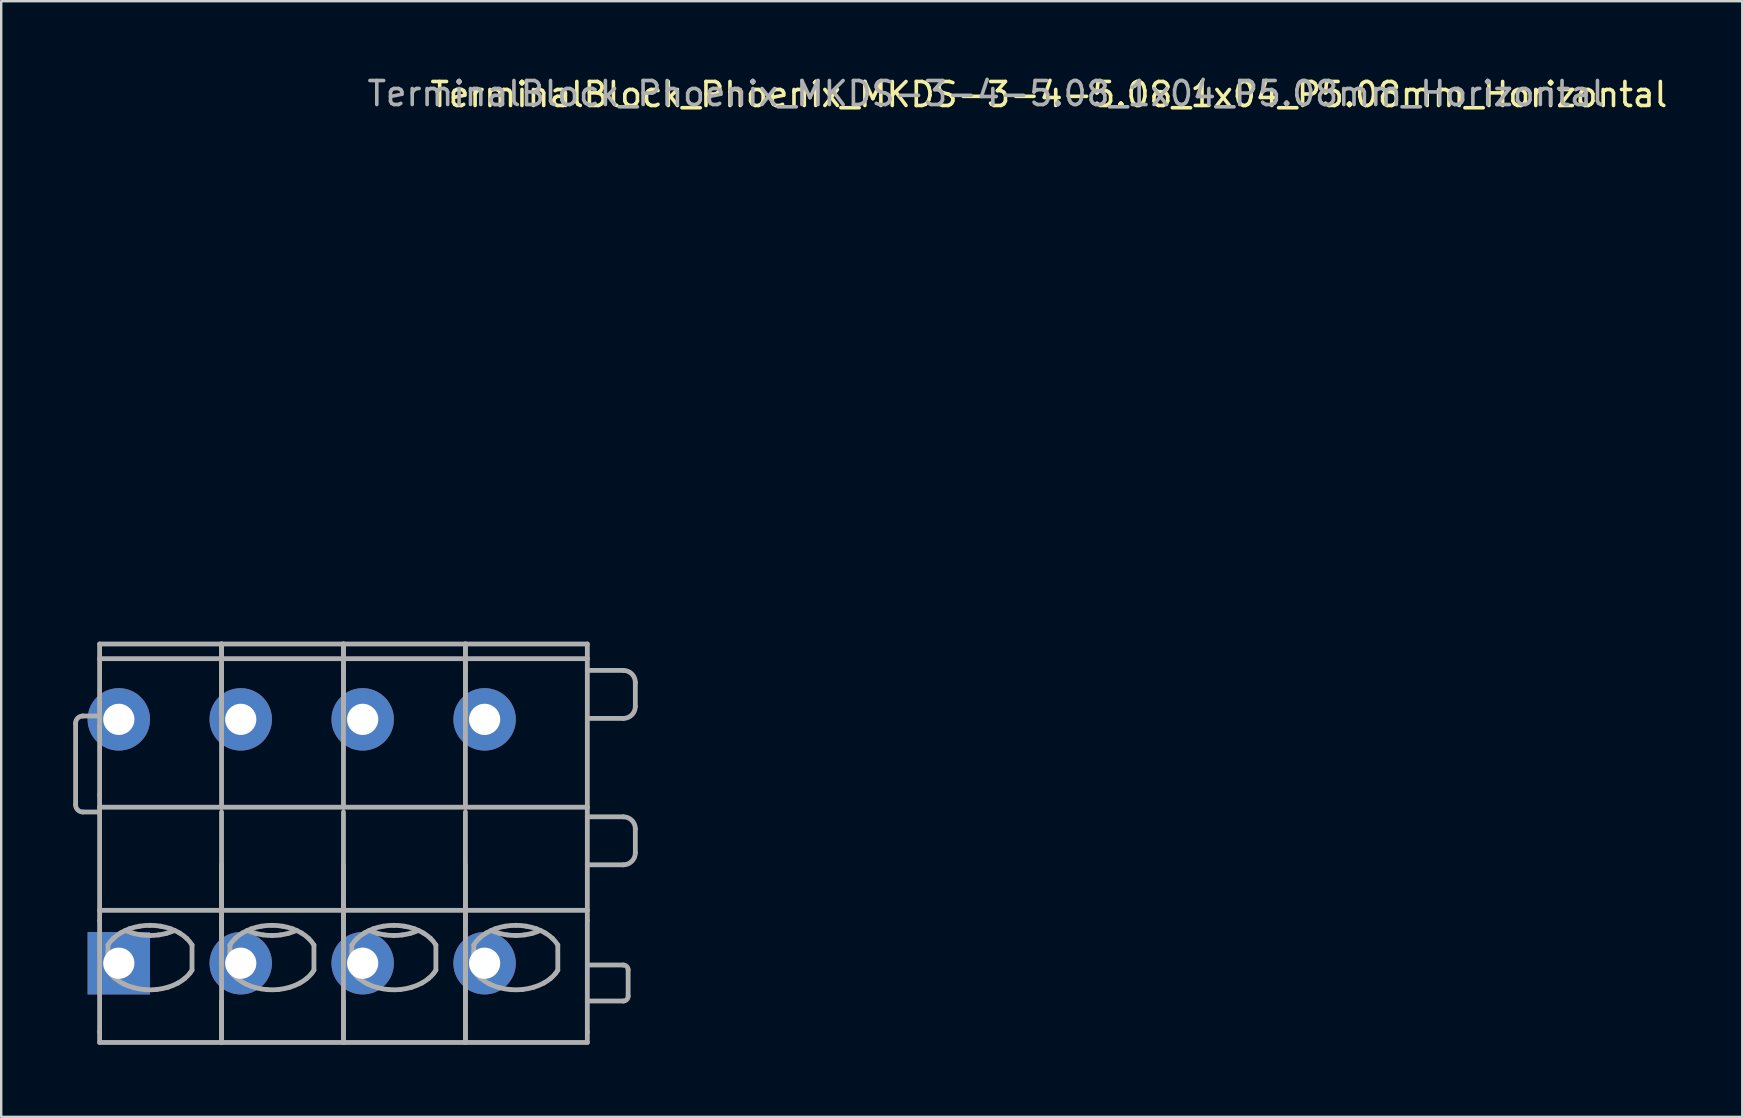
<source format=kicad_pcb>
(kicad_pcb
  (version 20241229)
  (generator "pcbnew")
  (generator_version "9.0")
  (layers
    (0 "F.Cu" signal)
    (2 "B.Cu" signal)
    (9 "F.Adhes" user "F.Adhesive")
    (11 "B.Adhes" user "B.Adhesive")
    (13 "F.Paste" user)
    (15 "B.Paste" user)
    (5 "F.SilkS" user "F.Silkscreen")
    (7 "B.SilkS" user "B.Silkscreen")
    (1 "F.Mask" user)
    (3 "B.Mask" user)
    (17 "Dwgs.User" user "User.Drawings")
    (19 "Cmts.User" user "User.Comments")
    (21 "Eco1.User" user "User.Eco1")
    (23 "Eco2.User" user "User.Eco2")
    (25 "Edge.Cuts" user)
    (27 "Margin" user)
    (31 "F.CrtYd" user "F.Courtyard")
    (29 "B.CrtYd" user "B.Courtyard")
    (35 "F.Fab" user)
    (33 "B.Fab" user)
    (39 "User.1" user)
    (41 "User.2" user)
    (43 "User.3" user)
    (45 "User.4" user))
  (footprint "TerminalBlock_Phoenix_MKDS-3-4-5.08_1x04_P5.08mm_Horizontal"
    (layer "F.Cu")
    (at 1.9 26.921)
    (property "Reference" "TerminalBlock_Phoenix_MKDS-3-4-5.08_1x04_P5.08mm_Horizontal" (at 38.749 -26.032 0) (layer "F.SilkS") (effects (font (size 1 1) (thickness 0.15))))
    (attr through_hole)
    (fp_line (start -1.8 0.16) (end -1.8 3.56) (stroke (width 0.2) (type solid)) (layer "F.Fab"))
    (fp_line (start -1.5 -0.14) (end -0.8 -0.14) (stroke (width 0.2) (type solid)) (layer "F.Fab"))
    (fp_line (start -1.5 3.86) (end -0.8 3.86) (stroke (width 0.2) (type solid)) (layer "F.Fab"))
    (fp_line (start -0.8 -3.14) (end 4.28 -3.14) (stroke (width 0.2) (type solid)) (layer "F.Fab"))
    (fp_line (start -0.8 -2.529) (end -0.8 -3.14) (stroke (width 0.2) (type solid)) (layer "F.Fab"))
    (fp_line (start -0.8 -2.529) (end -0.8 -0.14) (stroke (width 0.2) (type solid)) (layer "F.Fab"))
    (fp_line (start -0.8 -0.14) (end -0.8 0.301) (stroke (width 0.2) (type solid)) (layer "F.Fab"))
    (fp_line (start -0.8 3.16) (end -0.8 0.301) (stroke (width 0.2) (type solid)) (layer "F.Fab"))
    (fp_line (start -0.8 3.16) (end -0.8 3.66) (stroke (width 0.2) (type solid)) (layer "F.Fab"))
    (fp_line (start -0.8 3.66) (end 4.28 3.66) (stroke (width 0.2) (type solid)) (layer "F.Fab"))
    (fp_line (start -0.8 3.86) (end -0.8 3.66) (stroke (width 0.2) (type solid)) (layer "F.Fab"))
    (fp_line (start -0.8 7.956) (end -0.8 3.86) (stroke (width 0.2) (type solid)) (layer "F.Fab"))
    (fp_line (start -0.8 7.956) (end -0.8 8.383) (stroke (width 0.2) (type solid)) (layer "F.Fab"))
    (fp_line (start -0.8 7.956) (end 4.28 7.956) (stroke (width 0.2) (type solid)) (layer "F.Fab"))
    (fp_line (start -0.8 13.021) (end -0.8 8.383) (stroke (width 0.2) (type solid)) (layer "F.Fab"))
    (fp_line (start -0.8 13.021) (end -0.8 13.46) (stroke (width 0.2) (type solid)) (layer "F.Fab"))
    (fp_line (start -0.8 13.46) (end 4.28 13.46) (stroke (width 0.2) (type solid)) (layer "F.Fab"))
    (fp_line (start -0.45 9.401) (end -0.45 9.691) (stroke (width 0.2) (type solid)) (layer "F.Fab"))
    (fp_line (start -0.45 9.691) (end -0.45 10.448) (stroke (width 0.2) (type solid)) (layer "F.Fab"))
    (fp_line (start -0.202 10.747) (end -0.15 10.792) (stroke (width 0.2) (type solid)) (layer "F.Fab"))
    (fp_line (start 2.965 10.571) (end 3.05 10.448) (stroke (width 0.2) (type solid)) (layer "F.Fab"))
    (fp_line (start 3.05 10.448) (end 3.05 9.401) (stroke (width 0.2) (type solid)) (layer "F.Fab"))
    (fp_line (start 4.28 -3.14) (end 9.36 -3.14) (stroke (width 0.2) (type solid)) (layer "F.Fab"))
    (fp_line (start 4.28 -2.529) (end -0.8 -2.529) (stroke (width 0.2) (type solid)) (layer "F.Fab"))
    (fp_line (start 4.28 -2.529) (end 4.28 -3.14) (stroke (width 0.2) (type solid)) (layer "F.Fab"))
    (fp_line (start 4.28 -2.529) (end 4.28 -3.14) (stroke (width 0.2) (type solid)) (layer "F.Fab"))
    (fp_line (start 4.28 -2.529) (end 4.28 -2.04) (stroke (width 0.2) (type solid)) (layer "F.Fab"))
    (fp_line (start 4.28 -2.529) (end 4.28 -0.14) (stroke (width 0.2) (type solid)) (layer "F.Fab"))
    (fp_line (start 4.28 -2.04) (end 4.28 3.66) (stroke (width 0.2) (type solid)) (layer "F.Fab"))
    (fp_line (start 4.28 3.66) (end 9.36 3.66) (stroke (width 0.2) (type solid)) (layer "F.Fab"))
    (fp_line (start 4.28 7.956) (end 4.28 3.86) (stroke (width 0.2) (type solid)) (layer "F.Fab"))
    (fp_line (start 4.28 7.956) (end 4.28 6.06) (stroke (width 0.2) (type solid)) (layer "F.Fab"))
    (fp_line (start 4.28 7.956) (end 4.28 8.383) (stroke (width 0.2) (type solid)) (layer "F.Fab"))
    (fp_line (start 4.28 7.956) (end 4.28 8.383) (stroke (width 0.2) (type solid)) (layer "F.Fab"))
    (fp_line (start 4.28 7.956) (end 9.36 7.956) (stroke (width 0.2) (type solid)) (layer "F.Fab"))
    (fp_line (start 4.28 10.235) (end 4.28 8.383) (stroke (width 0.2) (type solid)) (layer "F.Fab"))
    (fp_line (start 4.28 11.735) (end 4.28 13.021) (stroke (width 0.2) (type solid)) (layer "F.Fab"))
    (fp_line (start 4.28 13.021) (end 4.28 8.383) (stroke (width 0.2) (type solid)) (layer "F.Fab"))
    (fp_line (start 4.28 13.021) (end 4.28 13.46) (stroke (width 0.2) (type solid)) (layer "F.Fab"))
    (fp_line (start 4.28 13.021) (end 4.28 13.46) (stroke (width 0.2) (type solid)) (layer "F.Fab"))
    (fp_line (start 4.28 13.46) (end 9.36 13.46) (stroke (width 0.2) (type solid)) (layer "F.Fab"))
    (fp_line (start 4.63 9.401) (end 4.63 9.691) (stroke (width 0.2) (type solid)) (layer "F.Fab"))
    (fp_line (start 4.63 9.691) (end 4.63 10.448) (stroke (width 0.2) (type solid)) (layer "F.Fab"))
    (fp_line (start 4.878 10.747) (end 4.93 10.792) (stroke (width 0.2) (type solid)) (layer "F.Fab"))
    (fp_line (start 8.045 10.571) (end 8.13 10.448) (stroke (width 0.2) (type solid)) (layer "F.Fab"))
    (fp_line (start 8.13 10.448) (end 8.13 9.401) (stroke (width 0.2) (type solid)) (layer "F.Fab"))
    (fp_line (start 9.36 -3.14) (end 14.44 -3.14) (stroke (width 0.2) (type solid)) (layer "F.Fab"))
    (fp_line (start 9.36 -2.529) (end 4.28 -2.529) (stroke (width 0.2) (type solid)) (layer "F.Fab"))
    (fp_line (start 9.36 -2.529) (end 9.36 -3.14) (stroke (width 0.2) (type solid)) (layer "F.Fab"))
    (fp_line (start 9.36 -2.529) (end 9.36 -3.14) (stroke (width 0.2) (type solid)) (layer "F.Fab"))
    (fp_line (start 9.36 -2.529) (end 9.36 -2.04) (stroke (width 0.2) (type solid)) (layer "F.Fab"))
    (fp_line (start 9.36 -2.529) (end 9.36 -0.14) (stroke (width 0.2) (type solid)) (layer "F.Fab"))
    (fp_line (start 9.36 -2.04) (end 9.36 3.66) (stroke (width 0.2) (type solid)) (layer "F.Fab"))
    (fp_line (start 9.36 3.66) (end 14.44 3.66) (stroke (width 0.2) (type solid)) (layer "F.Fab"))
    (fp_line (start 9.36 7.956) (end 9.36 3.86) (stroke (width 0.2) (type solid)) (layer "F.Fab"))
    (fp_line (start 9.36 7.956) (end 9.36 6.06) (stroke (width 0.2) (type solid)) (layer "F.Fab"))
    (fp_line (start 9.36 7.956) (end 9.36 8.383) (stroke (width 0.2) (type solid)) (layer "F.Fab"))
    (fp_line (start 9.36 7.956) (end 9.36 8.383) (stroke (width 0.2) (type solid)) (layer "F.Fab"))
    (fp_line (start 9.36 7.956) (end 14.44 7.956) (stroke (width 0.2) (type solid)) (layer "F.Fab"))
    (fp_line (start 9.36 10.235) (end 9.36 8.383) (stroke (width 0.2) (type solid)) (layer "F.Fab"))
    (fp_line (start 9.36 11.735) (end 9.36 13.021) (stroke (width 0.2) (type solid)) (layer "F.Fab"))
    (fp_line (start 9.36 13.021) (end 9.36 8.383) (stroke (width 0.2) (type solid)) (layer "F.Fab"))
    (fp_line (start 9.36 13.021) (end 9.36 13.46) (stroke (width 0.2) (type solid)) (layer "F.Fab"))
    (fp_line (start 9.36 13.021) (end 9.36 13.46) (stroke (width 0.2) (type solid)) (layer "F.Fab"))
    (fp_line (start 9.36 13.46) (end 14.44 13.46) (stroke (width 0.2) (type solid)) (layer "F.Fab"))
    (fp_line (start 9.71 9.401) (end 9.71 9.691) (stroke (width 0.2) (type solid)) (layer "F.Fab"))
    (fp_line (start 9.71 9.691) (end 9.71 10.448) (stroke (width 0.2) (type solid)) (layer "F.Fab"))
    (fp_line (start 9.958 10.747) (end 10.01 10.792) (stroke (width 0.2) (type solid)) (layer "F.Fab"))
    (fp_line (start 13.125 10.571) (end 13.21 10.448) (stroke (width 0.2) (type solid)) (layer "F.Fab"))
    (fp_line (start 13.21 10.448) (end 13.21 9.401) (stroke (width 0.2) (type solid)) (layer "F.Fab"))
    (fp_line (start 14.44 -3.14) (end 19.52 -3.14) (stroke (width 0.2) (type solid)) (layer "F.Fab"))
    (fp_line (start 14.44 -2.529) (end 9.36 -2.529) (stroke (width 0.2) (type solid)) (layer "F.Fab"))
    (fp_line (start 14.44 -2.529) (end 14.44 -3.14) (stroke (width 0.2) (type solid)) (layer "F.Fab"))
    (fp_line (start 14.44 -2.529) (end 14.44 -3.14) (stroke (width 0.2) (type solid)) (layer "F.Fab"))
    (fp_line (start 14.44 -2.529) (end 14.44 -2.04) (stroke (width 0.2) (type solid)) (layer "F.Fab"))
    (fp_line (start 14.44 -2.529) (end 14.44 -0.14) (stroke (width 0.2) (type solid)) (layer "F.Fab"))
    (fp_line (start 14.44 -2.04) (end 14.44 3.66) (stroke (width 0.2) (type solid)) (layer "F.Fab"))
    (fp_line (start 14.44 3.66) (end 19.52 3.66) (stroke (width 0.2) (type solid)) (layer "F.Fab"))
    (fp_line (start 14.44 7.956) (end 14.44 3.86) (stroke (width 0.2) (type solid)) (layer "F.Fab"))
    (fp_line (start 14.44 7.956) (end 14.44 6.06) (stroke (width 0.2) (type solid)) (layer "F.Fab"))
    (fp_line (start 14.44 7.956) (end 14.44 8.383) (stroke (width 0.2) (type solid)) (layer "F.Fab"))
    (fp_line (start 14.44 7.956) (end 14.44 8.383) (stroke (width 0.2) (type solid)) (layer "F.Fab"))
    (fp_line (start 14.44 7.956) (end 19.52 7.956) (stroke (width 0.2) (type solid)) (layer "F.Fab"))
    (fp_line (start 14.44 10.235) (end 14.44 8.383) (stroke (width 0.2) (type solid)) (layer "F.Fab"))
    (fp_line (start 14.44 11.735) (end 14.44 10.235) (stroke (width 0.2) (type solid)) (layer "F.Fab"))
    (fp_line (start 14.44 11.735) (end 14.44 13.021) (stroke (width 0.2) (type solid)) (layer "F.Fab"))
    (fp_line (start 14.44 13.021) (end 14.44 8.383) (stroke (width 0.2) (type solid)) (layer "F.Fab"))
    (fp_line (start 14.44 13.021) (end 14.44 13.46) (stroke (width 0.2) (type solid)) (layer "F.Fab"))
    (fp_line (start 14.44 13.021) (end 14.44 13.46) (stroke (width 0.2) (type solid)) (layer "F.Fab"))
    (fp_line (start 14.44 13.46) (end 19.52 13.46) (stroke (width 0.2) (type solid)) (layer "F.Fab"))
    (fp_line (start 14.79 9.401) (end 14.79 9.691) (stroke (width 0.2) (type solid)) (layer "F.Fab"))
    (fp_line (start 14.79 9.691) (end 14.79 10.448) (stroke (width 0.2) (type solid)) (layer "F.Fab"))
    (fp_line (start 15.038 10.747) (end 15.09 10.792) (stroke (width 0.2) (type solid)) (layer "F.Fab"))
    (fp_line (start 18.205 10.571) (end 18.29 10.448) (stroke (width 0.2) (type solid)) (layer "F.Fab"))
    (fp_line (start 18.29 10.448) (end 18.29 9.401) (stroke (width 0.2) (type solid)) (layer "F.Fab"))
    (fp_line (start 19.52 -2.529) (end 14.44 -2.529) (stroke (width 0.2) (type solid)) (layer "F.Fab"))
    (fp_line (start 19.52 -2.529) (end 19.52 -3.14) (stroke (width 0.2) (type solid)) (layer "F.Fab"))
    (fp_line (start 19.52 -2.529) (end 19.52 -2.04) (stroke (width 0.2) (type solid)) (layer "F.Fab"))
    (fp_line (start 19.52 -2.04) (end 19.52 3.66) (stroke (width 0.2) (type solid)) (layer "F.Fab"))
    (fp_line (start 19.52 -2.04) (end 21.02 -2.04) (stroke (width 0.2) (type solid)) (layer "F.Fab"))
    (fp_line (start 19.52 -0.04) (end 21.02 -0.04) (stroke (width 0.2) (type solid)) (layer "F.Fab"))
    (fp_line (start 19.52 4.06) (end 19.52 3.66) (stroke (width 0.2) (type solid)) (layer "F.Fab"))
    (fp_line (start 19.52 4.06) (end 21.02 4.06) (stroke (width 0.2) (type solid)) (layer "F.Fab"))
    (fp_line (start 19.52 6.06) (end 19.52 4.06) (stroke (width 0.2) (type solid)) (layer "F.Fab"))
    (fp_line (start 19.52 6.06) (end 21.02 6.06) (stroke (width 0.2) (type solid)) (layer "F.Fab"))
    (fp_line (start 19.52 7.956) (end 19.52 6.06) (stroke (width 0.2) (type solid)) (layer "F.Fab"))
    (fp_line (start 19.52 7.956) (end 19.52 8.383) (stroke (width 0.2) (type solid)) (layer "F.Fab"))
    (fp_line (start 19.52 10.235) (end 19.52 8.383) (stroke (width 0.2) (type solid)) (layer "F.Fab"))
    (fp_line (start 19.52 10.235) (end 21.02 10.235) (stroke (width 0.2) (type solid)) (layer "F.Fab"))
    (fp_line (start 19.52 11.735) (end 19.52 10.235) (stroke (width 0.2) (type solid)) (layer "F.Fab"))
    (fp_line (start 19.52 11.735) (end 19.52 13.021) (stroke (width 0.2) (type solid)) (layer "F.Fab"))
    (fp_line (start 19.52 11.735) (end 21.02 11.735) (stroke (width 0.2) (type solid)) (layer "F.Fab"))
    (fp_line (start 19.52 13.021) (end 19.52 13.46) (stroke (width 0.2) (type solid)) (layer "F.Fab"))
    (fp_line (start 21.22 10.435) (end 21.22 11.535) (stroke (width 0.2) (type solid)) (layer "F.Fab"))
    (fp_line (start 21.52 -1.54) (end 21.52 -0.54) (stroke (width 0.2) (type solid)) (layer "F.Fab"))
    (fp_line (start 21.52 4.56) (end 21.52 5.56) (stroke (width 0.2) (type solid)) (layer "F.Fab"))
    (fp_arc (start -1.8 0.16) (mid -1.712132 -0.052132) (end -1.5 -0.14) (stroke (width 0.2) (type solid)) (layer "F.Fab"))
    (fp_arc (start -1.5 3.86) (mid -1.712132 3.772132) (end -1.8 3.56) (stroke (width 0.2) (type solid)) (layer "F.Fab"))
    (fp_arc (start -0.45 9.401255) (mid -0.349171 9.257689) (end -0.230564 9.128422) (stroke (width 0.2) (type solid)) (layer "F.Fab"))
    (fp_arc (start -0.379598 10.552539) (mid -0.416161 10.501022) (end -0.45 10.447677) (stroke (width 0.2) (type solid)) (layer "F.Fab"))
    (fp_arc (start -0.296781 10.652577) (mid -0.339414 10.603572) (end -0.379598 10.552539) (stroke (width 0.2) (type solid)) (layer "F.Fab"))
    (fp_arc (start -0.230564 9.128422) (mid -0.085409 9.005366) (end 0.072408 8.899035) (stroke (width 0.2) (type solid)) (layer "F.Fab"))
    (fp_arc (start -0.202031 10.747237) (mid -0.250498 10.701) (end -0.296781 10.652577) (stroke (width 0.2) (type solid)) (layer "F.Fab"))
    (fp_arc (start 0.072408 8.899035) (mid 0.253221 8.803422) (end 0.44238 8.725615) (stroke (width 0.2) (type solid)) (layer "F.Fab"))
    (fp_arc (start 0.206027 11.022925) (mid 0.021004 10.918229) (end -0.150332 10.792377) (stroke (width 0.2) (type solid)) (layer "F.Fab"))
    (fp_arc (start 0.44238 8.725615) (mid 0.648423 8.662562) (end 0.85916 8.617626) (stroke (width 0.2) (type solid)) (layer "F.Fab"))
    (fp_arc (start 0.596743 8.909129) (mid 0.4342 8.857004) (end 0.276056 8.792755) (stroke (width 0.2) (type solid)) (layer "F.Fab"))
    (fp_arc (start 0.633083 11.182484) (mid 0.415454 11.11368) (end 0.206027 11.022924) (stroke (width 0.2) (type solid)) (layer "F.Fab"))
    (fp_arc (start 0.85916 8.617626) (mid 1.078818 8.590126) (end 1.3 8.580963) (stroke (width 0.2) (type solid)) (layer "F.Fab"))
    (fp_arc (start 0.941172 8.980371) (mid 0.76771 8.950783) (end 0.596743 8.909129) (stroke (width 0.2) (type solid)) (layer "F.Fab"))
    (fp_arc (start 1.103239 11.260745) (mid 0.866341 11.232547) (end 0.633083 11.182485) (stroke (width 0.2) (type solid)) (layer "F.Fab"))
    (fp_arc (start 1.3 8.580963) (mid 1.521185 8.590095) (end 1.74084 8.617626) (stroke (width 0.2) (type solid)) (layer "F.Fab"))
    (fp_arc (start 1.3 9.004547) (mid 1.120177 8.998539) (end 0.941173 8.98037) (stroke (width 0.2) (type solid)) (layer "F.Fab"))
    (fp_arc (start 1.58611 11.252649) (mid 1.344857 11.26759) (end 1.103239 11.260745) (stroke (width 0.2) (type solid)) (layer "F.Fab"))
    (fp_arc (start 1.658827 8.98037) (mid 1.479819 8.998484) (end 1.3 9.004547) (stroke (width 0.2) (type solid)) (layer "F.Fab"))
    (fp_arc (start 1.74084 8.617626) (mid 1.951633 8.662347) (end 2.15762 8.725615) (stroke (width 0.2) (type solid)) (layer "F.Fab"))
    (fp_arc (start 2.003256 8.909128) (mid 1.832273 8.950702) (end 1.658827 8.98037) (stroke (width 0.2) (type solid)) (layer "F.Fab"))
    (fp_arc (start 2.050491 11.158719) (mid 1.820476 11.216438) (end 1.58611 11.252649) (stroke (width 0.2) (type solid)) (layer "F.Fab"))
    (fp_arc (start 2.15762 8.725615) (mid 2.346899 8.803166) (end 2.527592 8.899035) (stroke (width 0.2) (type solid)) (layer "F.Fab"))
    (fp_arc (start 2.323944 8.792755) (mid 2.165763 8.856901) (end 2.003257 8.909129) (stroke (width 0.2) (type solid)) (layer "F.Fab"))
    (fp_arc (start 2.466373 10.985026) (mid 2.262861 11.082477) (end 2.050492 11.158719) (stroke (width 0.2) (type solid)) (layer "F.Fab"))
    (fp_arc (start 2.527592 8.899035) (mid 2.685688 9.004998) (end 2.830564 9.128422) (stroke (width 0.2) (type solid)) (layer "F.Fab"))
    (fp_arc (start 2.746106 10.795895) (mid 2.610635 10.896961) (end 2.466373 10.985026) (stroke (width 0.2) (type solid)) (layer "F.Fab"))
    (fp_arc (start 2.830564 9.128422) (mid 2.949504 9.257421) (end 3.05 9.401255) (stroke (width 0.2) (type solid)) (layer "F.Fab"))
    (fp_arc (start 2.965357 10.571222) (mid 2.86173 10.689412) (end 2.746107 10.795894) (stroke (width 0.2) (type solid)) (layer "F.Fab"))
    (fp_arc (start 4.63 9.401255) (mid 4.730829 9.257689) (end 4.849436 9.128422) (stroke (width 0.2) (type solid)) (layer "F.Fab"))
    (fp_arc (start 4.700402 10.552539) (mid 4.663839 10.501022) (end 4.63 10.447677) (stroke (width 0.2) (type solid)) (layer "F.Fab"))
    (fp_arc (start 4.783219 10.652577) (mid 4.740586 10.603572) (end 4.700402 10.552539) (stroke (width 0.2) (type solid)) (layer "F.Fab"))
    (fp_arc (start 4.849436 9.128422) (mid 4.994591 9.005366) (end 5.152408 8.899035) (stroke (width 0.2) (type solid)) (layer "F.Fab"))
    (fp_arc (start 4.877969 10.747237) (mid 4.829502 10.701) (end 4.783219 10.652577) (stroke (width 0.2) (type solid)) (layer "F.Fab"))
    (fp_arc (start 5.152408 8.899035) (mid 5.333221 8.803422) (end 5.52238 8.725615) (stroke (width 0.2) (type solid)) (layer "F.Fab"))
    (fp_arc (start 5.286027 11.022925) (mid 5.101004 10.918229) (end 4.929668 10.792377) (stroke (width 0.2) (type solid)) (layer "F.Fab"))
    (fp_arc (start 5.52238 8.725615) (mid 5.728423 8.662562) (end 5.93916 8.617626) (stroke (width 0.2) (type solid)) (layer "F.Fab"))
    (fp_arc (start 5.676743 8.909129) (mid 5.5142 8.857004) (end 5.356056 8.792755) (stroke (width 0.2) (type solid)) (layer "F.Fab"))
    (fp_arc (start 5.713083 11.182484) (mid 5.495454 11.11368) (end 5.286027 11.022924) (stroke (width 0.2) (type solid)) (layer "F.Fab"))
    (fp_arc (start 5.93916 8.617626) (mid 6.158818 8.590126) (end 6.38 8.580963) (stroke (width 0.2) (type solid)) (layer "F.Fab"))
    (fp_arc (start 6.021172 8.980371) (mid 5.84771 8.950783) (end 5.676743 8.909129) (stroke (width 0.2) (type solid)) (layer "F.Fab"))
    (fp_arc (start 6.183239 11.260745) (mid 5.946341 11.232547) (end 5.713083 11.182485) (stroke (width 0.2) (type solid)) (layer "F.Fab"))
    (fp_arc (start 6.38 8.580963) (mid 6.601185 8.590095) (end 6.82084 8.617626) (stroke (width 0.2) (type solid)) (layer "F.Fab"))
    (fp_arc (start 6.38 9.004547) (mid 6.200177 8.998539) (end 6.021173 8.98037) (stroke (width 0.2) (type solid)) (layer "F.Fab"))
    (fp_arc (start 6.66611 11.252649) (mid 6.424857 11.26759) (end 6.183239 11.260745) (stroke (width 0.2) (type solid)) (layer "F.Fab"))
    (fp_arc (start 6.738827 8.98037) (mid 6.559819 8.998484) (end 6.38 9.004547) (stroke (width 0.2) (type solid)) (layer "F.Fab"))
    (fp_arc (start 6.82084 8.617626) (mid 7.031633 8.662347) (end 7.23762 8.725615) (stroke (width 0.2) (type solid)) (layer "F.Fab"))
    (fp_arc (start 7.083256 8.909128) (mid 6.912273 8.950702) (end 6.738827 8.98037) (stroke (width 0.2) (type solid)) (layer "F.Fab"))
    (fp_arc (start 7.130491 11.158719) (mid 6.900476 11.216438) (end 6.66611 11.252649) (stroke (width 0.2) (type solid)) (layer "F.Fab"))
    (fp_arc (start 7.23762 8.725615) (mid 7.426899 8.803166) (end 7.607592 8.899035) (stroke (width 0.2) (type solid)) (layer "F.Fab"))
    (fp_arc (start 7.403944 8.792755) (mid 7.245763 8.856901) (end 7.083257 8.909129) (stroke (width 0.2) (type solid)) (layer "F.Fab"))
    (fp_arc (start 7.546373 10.985026) (mid 7.342861 11.082477) (end 7.130492 11.158719) (stroke (width 0.2) (type solid)) (layer "F.Fab"))
    (fp_arc (start 7.607592 8.899035) (mid 7.765688 9.004998) (end 7.910564 9.128422) (stroke (width 0.2) (type solid)) (layer "F.Fab"))
    (fp_arc (start 7.826106 10.795895) (mid 7.690635 10.896961) (end 7.546373 10.985026) (stroke (width 0.2) (type solid)) (layer "F.Fab"))
    (fp_arc (start 7.910564 9.128422) (mid 8.029504 9.257421) (end 8.13 9.401255) (stroke (width 0.2) (type solid)) (layer "F.Fab"))
    (fp_arc (start 8.045357 10.571222) (mid 7.94173 10.689412) (end 7.826107 10.795894) (stroke (width 0.2) (type solid)) (layer "F.Fab"))
    (fp_arc (start 9.71 9.401255) (mid 9.810829 9.257689) (end 9.929436 9.128422) (stroke (width 0.2) (type solid)) (layer "F.Fab"))
    (fp_arc (start 9.780402 10.552539) (mid 9.743839 10.501022) (end 9.71 10.447677) (stroke (width 0.2) (type solid)) (layer "F.Fab"))
    (fp_arc (start 9.863219 10.652577) (mid 9.820586 10.603572) (end 9.780402 10.552539) (stroke (width 0.2) (type solid)) (layer "F.Fab"))
    (fp_arc (start 9.929436 9.128422) (mid 10.074591 9.005366) (end 10.232408 8.899035) (stroke (width 0.2) (type solid)) (layer "F.Fab"))
    (fp_arc (start 9.957969 10.747237) (mid 9.909502 10.701) (end 9.863219 10.652577) (stroke (width 0.2) (type solid)) (layer "F.Fab"))
    (fp_arc (start 10.232408 8.899035) (mid 10.413221 8.803422) (end 10.60238 8.725615) (stroke (width 0.2) (type solid)) (layer "F.Fab"))
    (fp_arc (start 10.366027 11.022925) (mid 10.181004 10.918229) (end 10.009668 10.792377) (stroke (width 0.2) (type solid)) (layer "F.Fab"))
    (fp_arc (start 10.60238 8.725615) (mid 10.808423 8.662562) (end 11.01916 8.617626) (stroke (width 0.2) (type solid)) (layer "F.Fab"))
    (fp_arc (start 10.756743 8.909129) (mid 10.5942 8.857004) (end 10.436056 8.792755) (stroke (width 0.2) (type solid)) (layer "F.Fab"))
    (fp_arc (start 10.793083 11.182484) (mid 10.575454 11.11368) (end 10.366027 11.022924) (stroke (width 0.2) (type solid)) (layer "F.Fab"))
    (fp_arc (start 11.01916 8.617626) (mid 11.238818 8.590126) (end 11.46 8.580963) (stroke (width 0.2) (type solid)) (layer "F.Fab"))
    (fp_arc (start 11.101172 8.980371) (mid 10.92771 8.950783) (end 10.756743 8.909129) (stroke (width 0.2) (type solid)) (layer "F.Fab"))
    (fp_arc (start 11.263239 11.260745) (mid 11.026341 11.232547) (end 10.793083 11.182485) (stroke (width 0.2) (type solid)) (layer "F.Fab"))
    (fp_arc (start 11.46 8.580963) (mid 11.681185 8.590095) (end 11.90084 8.617626) (stroke (width 0.2) (type solid)) (layer "F.Fab"))
    (fp_arc (start 11.46 9.004547) (mid 11.280177 8.998539) (end 11.101173 8.98037) (stroke (width 0.2) (type solid)) (layer "F.Fab"))
    (fp_arc (start 11.74611 11.252649) (mid 11.504857 11.26759) (end 11.263239 11.260745) (stroke (width 0.2) (type solid)) (layer "F.Fab"))
    (fp_arc (start 11.818827 8.98037) (mid 11.639819 8.998484) (end 11.46 9.004547) (stroke (width 0.2) (type solid)) (layer "F.Fab"))
    (fp_arc (start 11.90084 8.617626) (mid 12.111633 8.662347) (end 12.31762 8.725615) (stroke (width 0.2) (type solid)) (layer "F.Fab"))
    (fp_arc (start 12.163256 8.909128) (mid 11.992273 8.950702) (end 11.818827 8.98037) (stroke (width 0.2) (type solid)) (layer "F.Fab"))
    (fp_arc (start 12.210491 11.158719) (mid 11.980476 11.216438) (end 11.74611 11.252649) (stroke (width 0.2) (type solid)) (layer "F.Fab"))
    (fp_arc (start 12.31762 8.725615) (mid 12.506899 8.803166) (end 12.687592 8.899035) (stroke (width 0.2) (type solid)) (layer "F.Fab"))
    (fp_arc (start 12.483944 8.792755) (mid 12.325763 8.856901) (end 12.163257 8.909129) (stroke (width 0.2) (type solid)) (layer "F.Fab"))
    (fp_arc (start 12.626373 10.985026) (mid 12.422861 11.082477) (end 12.210492 11.158719) (stroke (width 0.2) (type solid)) (layer "F.Fab"))
    (fp_arc (start 12.687592 8.899035) (mid 12.845688 9.004998) (end 12.990564 9.128422) (stroke (width 0.2) (type solid)) (layer "F.Fab"))
    (fp_arc (start 12.906106 10.795895) (mid 12.770635 10.896961) (end 12.626373 10.985026) (stroke (width 0.2) (type solid)) (layer "F.Fab"))
    (fp_arc (start 12.990564 9.128422) (mid 13.109504 9.257421) (end 13.21 9.401255) (stroke (width 0.2) (type solid)) (layer "F.Fab"))
    (fp_arc (start 13.125357 10.571222) (mid 13.02173 10.689412) (end 12.906107 10.795894) (stroke (width 0.2) (type solid)) (layer "F.Fab"))
    (fp_arc (start 14.79 9.401255) (mid 14.890829 9.257689) (end 15.009436 9.128422) (stroke (width 0.2) (type solid)) (layer "F.Fab"))
    (fp_arc (start 14.860402 10.552539) (mid 14.823839 10.501022) (end 14.79 10.447677) (stroke (width 0.2) (type solid)) (layer "F.Fab"))
    (fp_arc (start 14.943219 10.652577) (mid 14.900586 10.603572) (end 14.860402 10.552539) (stroke (width 0.2) (type solid)) (layer "F.Fab"))
    (fp_arc (start 15.009436 9.128422) (mid 15.154591 9.005366) (end 15.312408 8.899035) (stroke (width 0.2) (type solid)) (layer "F.Fab"))
    (fp_arc (start 15.037969 10.747237) (mid 14.989502 10.701) (end 14.943219 10.652577) (stroke (width 0.2) (type solid)) (layer "F.Fab"))
    (fp_arc (start 15.312408 8.899035) (mid 15.493221 8.803422) (end 15.68238 8.725615) (stroke (width 0.2) (type solid)) (layer "F.Fab"))
    (fp_arc (start 15.446027 11.022925) (mid 15.261004 10.918229) (end 15.089668 10.792377) (stroke (width 0.2) (type solid)) (layer "F.Fab"))
    (fp_arc (start 15.68238 8.725615) (mid 15.888423 8.662562) (end 16.09916 8.617626) (stroke (width 0.2) (type solid)) (layer "F.Fab"))
    (fp_arc (start 15.836743 8.909129) (mid 15.6742 8.857004) (end 15.516056 8.792755) (stroke (width 0.2) (type solid)) (layer "F.Fab"))
    (fp_arc (start 15.873083 11.182484) (mid 15.655454 11.11368) (end 15.446027 11.022924) (stroke (width 0.2) (type solid)) (layer "F.Fab"))
    (fp_arc (start 16.09916 8.617626) (mid 16.318818 8.590126) (end 16.54 8.580963) (stroke (width 0.2) (type solid)) (layer "F.Fab"))
    (fp_arc (start 16.181172 8.980371) (mid 16.00771 8.950783) (end 15.836743 8.909129) (stroke (width 0.2) (type solid)) (layer "F.Fab"))
    (fp_arc (start 16.343239 11.260745) (mid 16.106341 11.232547) (end 15.873083 11.182485) (stroke (width 0.2) (type solid)) (layer "F.Fab"))
    (fp_arc (start 16.54 8.580963) (mid 16.761185 8.590095) (end 16.98084 8.617626) (stroke (width 0.2) (type solid)) (layer "F.Fab"))
    (fp_arc (start 16.54 9.004547) (mid 16.360177 8.998539) (end 16.181173 8.98037) (stroke (width 0.2) (type solid)) (layer "F.Fab"))
    (fp_arc (start 16.82611 11.252649) (mid 16.584857 11.26759) (end 16.343239 11.260745) (stroke (width 0.2) (type solid)) (layer "F.Fab"))
    (fp_arc (start 16.898827 8.98037) (mid 16.719819 8.998484) (end 16.54 9.004547) (stroke (width 0.2) (type solid)) (layer "F.Fab"))
    (fp_arc (start 16.98084 8.617626) (mid 17.191633 8.662347) (end 17.39762 8.725615) (stroke (width 0.2) (type solid)) (layer "F.Fab"))
    (fp_arc (start 17.243256 8.909128) (mid 17.072273 8.950702) (end 16.898827 8.98037) (stroke (width 0.2) (type solid)) (layer "F.Fab"))
    (fp_arc (start 17.290491 11.158719) (mid 17.060476 11.216438) (end 16.82611 11.252649) (stroke (width 0.2) (type solid)) (layer "F.Fab"))
    (fp_arc (start 17.39762 8.725615) (mid 17.586899 8.803166) (end 17.767592 8.899035) (stroke (width 0.2) (type solid)) (layer "F.Fab"))
    (fp_arc (start 17.563944 8.792755) (mid 17.405763 8.856901) (end 17.243257 8.909129) (stroke (width 0.2) (type solid)) (layer "F.Fab"))
    (fp_arc (start 17.706373 10.985026) (mid 17.502861 11.082477) (end 17.290492 11.158719) (stroke (width 0.2) (type solid)) (layer "F.Fab"))
    (fp_arc (start 17.767592 8.899035) (mid 17.925688 9.004998) (end 18.070564 9.128422) (stroke (width 0.2) (type solid)) (layer "F.Fab"))
    (fp_arc (start 17.986106 10.795895) (mid 17.850635 10.896961) (end 17.706373 10.985026) (stroke (width 0.2) (type solid)) (layer "F.Fab"))
    (fp_arc (start 18.070564 9.128422) (mid 18.189504 9.257421) (end 18.29 9.401255) (stroke (width 0.2) (type solid)) (layer "F.Fab"))
    (fp_arc (start 18.205357 10.571222) (mid 18.10173 10.689412) (end 17.986107 10.795894) (stroke (width 0.2) (type solid)) (layer "F.Fab"))
    (fp_arc (start 21.02 -2.04) (mid 21.373553 -1.893553) (end 21.52 -1.54) (stroke (width 0.2) (type solid)) (layer "F.Fab"))
    (fp_arc (start 21.02 4.06) (mid 21.373553 4.206447) (end 21.52 4.56) (stroke (width 0.2) (type solid)) (layer "F.Fab"))
    (fp_arc (start 21.02 10.235126) (mid 21.161421 10.293705) (end 21.22 10.435126) (stroke (width 0.2) (type solid)) (layer "F.Fab"))
    (fp_arc (start 21.22 11.535126) (mid 21.161421 11.676547) (end 21.02 11.735126) (stroke (width 0.2) (type solid)) (layer "F.Fab"))
    (fp_arc (start 21.52 -0.54) (mid 21.373553 -0.186447) (end 21.02 -0.04) (stroke (width 0.2) (type solid)) (layer "F.Fab"))
    (fp_arc (start 21.52 5.56) (mid 21.373553 5.913553) (end 21.02 6.06) (stroke (width 0.2) (type solid)) (layer "F.Fab"))
    (fp_text user "${REFERENCE}" (at 36.129 -26.072 0) (layer "F.Fab") (effects (font (size 1 1) (thickness 0.15))))
    (pad "1" thru_hole circle (at 0 0) (size 2.6 2.6) (drill 1.3) (layers "*.Cu" "*.Mask"))
    (pad "1" thru_hole rect (at 0 10.16) (size 2.6 2.6) (drill 1.3) (layers "*.Cu" "*.Mask"))
    (pad "2" thru_hole circle (at 5.08 0) (size 2.6 2.6) (drill 1.3) (layers "*.Cu" "*.Mask"))
    (pad "2" thru_hole circle (at 5.08 10.16) (size 2.6 2.6) (drill 1.3) (layers "*.Cu" "*.Mask"))
    (pad "3" thru_hole circle (at 10.16 0) (size 2.6 2.6) (drill 1.3) (layers "*.Cu" "*.Mask"))
    (pad "3" thru_hole circle (at 10.16 10.16) (size 2.6 2.6) (drill 1.3) (layers "*.Cu" "*.Mask"))
    (pad "4" thru_hole circle (at 15.24 0) (size 2.6 2.6) (drill 1.3) (layers "*.Cu" "*.Mask"))
    (pad "4" thru_hole circle (at 15.24 10.16) (size 2.6 2.6) (drill 1.3) (layers "*.Cu" "*.Mask")))
  (gr_rect
    (start -3 -3)
    (end 69.536 43.481)
    (stroke (width 0.1) (type default))
    (fill no)
    (layer "Edge.Cuts")))
</source>
